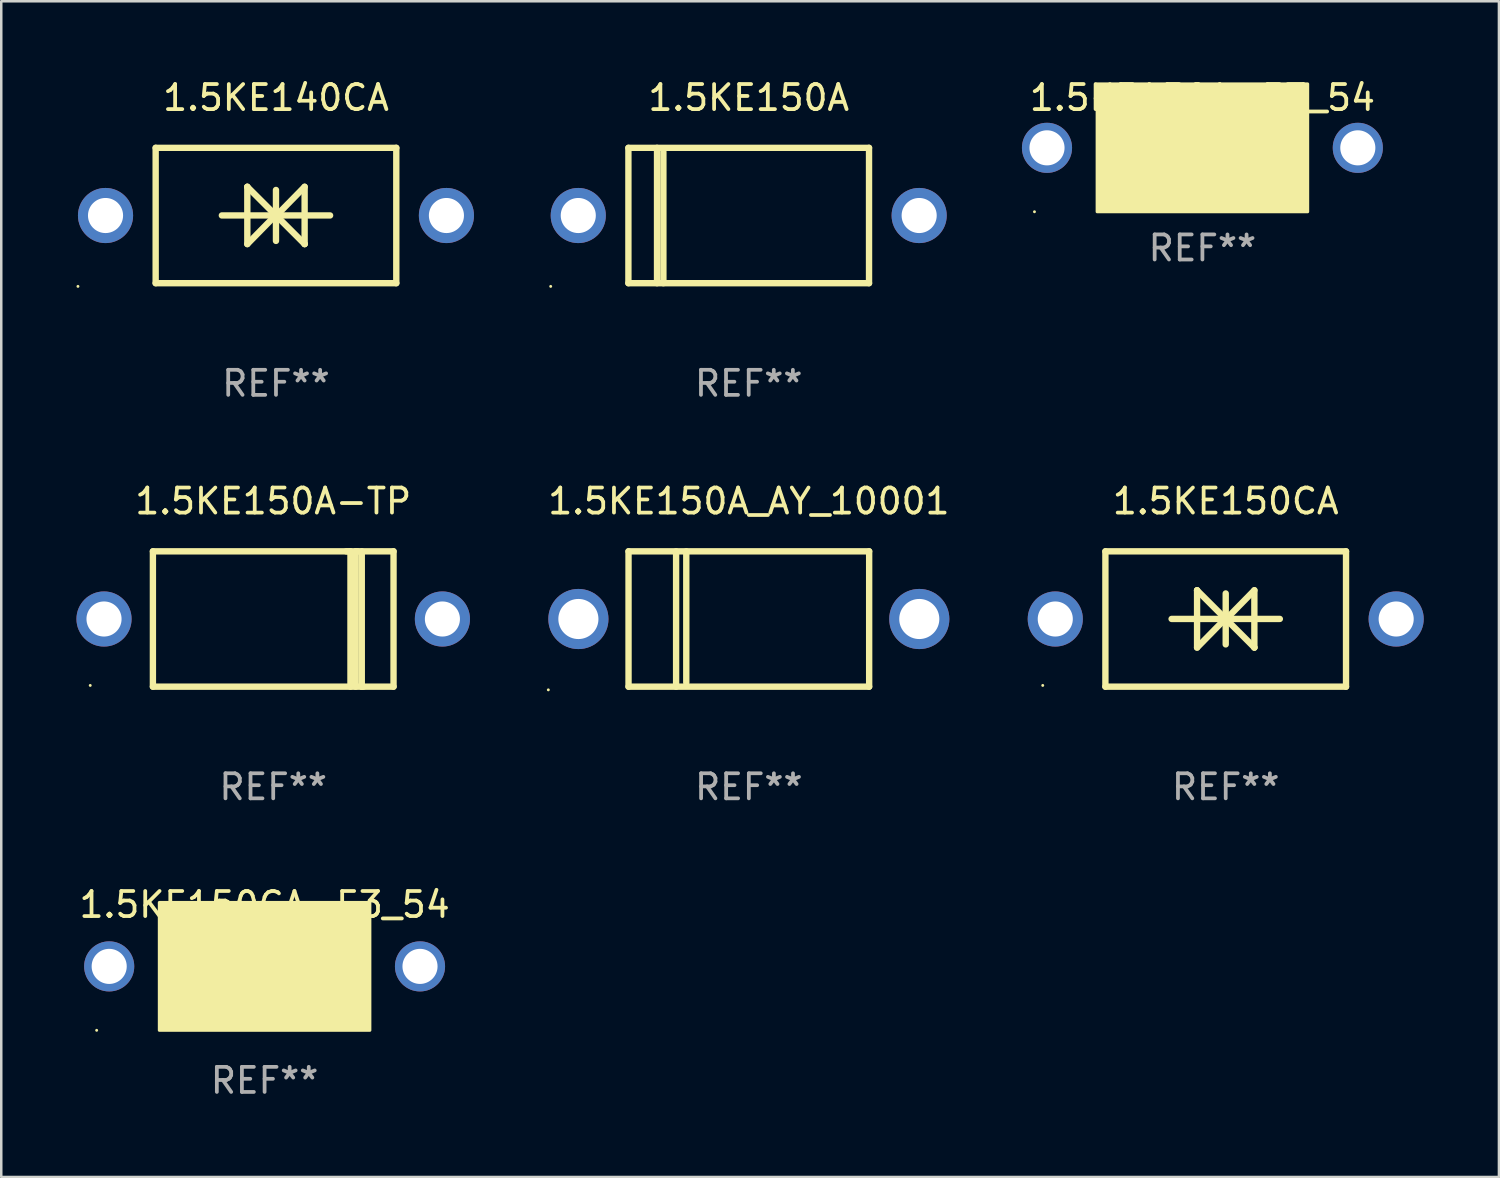
<source format=kicad_pcb>
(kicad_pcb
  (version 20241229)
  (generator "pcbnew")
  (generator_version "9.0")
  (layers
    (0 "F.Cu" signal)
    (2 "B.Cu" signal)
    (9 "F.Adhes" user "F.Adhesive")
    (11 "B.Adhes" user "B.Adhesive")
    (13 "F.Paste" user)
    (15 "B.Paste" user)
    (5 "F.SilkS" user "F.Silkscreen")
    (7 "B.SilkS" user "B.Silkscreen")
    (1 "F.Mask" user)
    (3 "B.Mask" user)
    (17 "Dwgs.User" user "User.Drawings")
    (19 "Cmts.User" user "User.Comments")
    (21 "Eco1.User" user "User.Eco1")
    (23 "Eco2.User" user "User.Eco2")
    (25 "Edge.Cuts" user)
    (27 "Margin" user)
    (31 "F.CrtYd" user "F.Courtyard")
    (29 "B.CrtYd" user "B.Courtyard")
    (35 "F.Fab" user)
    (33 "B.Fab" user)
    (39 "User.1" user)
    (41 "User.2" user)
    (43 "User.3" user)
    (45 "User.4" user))
  (footprint "1.5KE150A_AY_10001"
    (layer "F.Cu")
    (at 26.825 21.645)
    (property "Reference" "1.5KE150A_AY_10001" (at 0 -4.7 0) (layer "F.SilkS") (effects (font (size 1 1) (thickness 0.15))))
    (attr through_hole)
    (fp_line (start -4.8 -2.7) (end -4.8 2.7) (stroke (width 0.254) (type solid)) (layer "F.SilkS"))
    (fp_line (start -4.8 -2.7) (end 4.8 -2.7) (stroke (width 0.254) (type solid)) (layer "F.SilkS"))
    (fp_line (start -2.902 -2.7) (end -2.902 2.7) (stroke (width 0.254) (type solid)) (layer "F.SilkS"))
    (fp_line (start -2.496 -2.7) (end -2.496 2.54) (stroke (width 0.254) (type solid)) (layer "F.SilkS"))
    (fp_line (start 4.8 -2.7) (end 4.8 2.7) (stroke (width 0.254) (type solid)) (layer "F.SilkS"))
    (fp_line (start 4.8 2.7) (end -4.8 2.7) (stroke (width 0.254) (type solid)) (layer "F.SilkS"))
    (fp_circle (center -8 2.827) (end -7.97 2.827) (stroke (width 0.06) (type solid)) (fill no) (layer "F.SilkS"))
    (fp_text user "REF**" (at 0 6.7 0) (layer "F.Fab") (effects (font (size 1 1) (thickness 0.15))))
    (pad "1" thru_hole circle (at -6.8 0) (size 2.4 2.4) (drill 1.6) (layers "*.Cu" "*.Mask"))
    (pad "2" thru_hole circle (at 6.8 0) (size 2.4 2.4) (drill 1.6) (layers "*.Cu" "*.Mask")))
  (footprint "1.5KE150A-TP"
    (layer "F.Cu")
    (at 7.85 21.645)
    (property "Reference" "1.5KE150A-TP" (at 0 -4.7 0) (layer "F.SilkS") (effects (font (size 1 1) (thickness 0.15))))
    (attr through_hole)
    (fp_line (start -4.8 -2.7) (end -4.8 2.7) (stroke (width 0.254) (type solid)) (layer "F.SilkS"))
    (fp_line (start -4.8 -2.7) (end 4.8 -2.7) (stroke (width 0.254) (type solid)) (layer "F.SilkS"))
    (fp_line (start 2.912 -2.7) (end 3.082 -2.7) (stroke (width 0.254) (type solid)) (layer "F.SilkS"))
    (fp_line (start 3.082 -2.7) (end 3.082 2.7) (stroke (width 0.254) (type solid)) (layer "F.SilkS"))
    (fp_line (start 3.289 -2.7) (end 3.289 2.7) (stroke (width 0.254) (type solid)) (layer "F.SilkS"))
    (fp_line (start 3.381 -2.7) (end 3.289 -2.7) (stroke (width 0.254) (type solid)) (layer "F.SilkS"))
    (fp_line (start 3.533 2.7) (end 3.533 -2.7) (stroke (width 0.254) (type solid)) (layer "F.SilkS"))
    (fp_line (start 3.599 2.7) (end 3.533 2.7) (stroke (width 0.254) (type solid)) (layer "F.SilkS"))
    (fp_line (start 4.8 -2.7) (end 4.8 2.7) (stroke (width 0.254) (type solid)) (layer "F.SilkS"))
    (fp_line (start 4.8 2.7) (end -4.8 2.7) (stroke (width 0.254) (type solid)) (layer "F.SilkS"))
    (fp_circle (center -7.3 2.65) (end -7.27 2.65) (stroke (width 0.06) (type solid)) (fill no) (layer "F.SilkS"))
    (fp_text user "REF**" (at 0 6.7 0) (layer "F.Fab") (effects (font (size 1 1) (thickness 0.15))))
    (pad "1" thru_hole circle (at -6.75 0) (size 2.2 2.2) (drill 1.4) (layers "*.Cu" "*.Mask"))
    (pad "2" thru_hole circle (at 6.75 0) (size 2.2 2.2) (drill 1.4) (layers "*.Cu" "*.Mask")))
  (footprint "1.5KE150A"
    (layer "F.Cu")
    (at 26.82 5.548)
    (property "Reference" "1.5KE150A" (at 0 -4.7 0) (layer "F.SilkS") (effects (font (size 1 1) (thickness 0.15))))
    (attr through_hole)
    (fp_line (start -4.8 -2.7) (end 4.8 -2.7) (stroke (width 0.254) (type solid)) (layer "F.SilkS"))
    (fp_line (start -4.8 2.7) (end -4.8 -2.7) (stroke (width 0.254) (type solid)) (layer "F.SilkS"))
    (fp_line (start -3.658 2.7) (end -3.658 -2.7) (stroke (width 0.254) (type solid)) (layer "F.SilkS"))
    (fp_line (start -3.404 2.7) (end -3.404 -2.54) (stroke (width 0.254) (type solid)) (layer "F.SilkS"))
    (fp_line (start 4.8 2.7) (end -4.8 2.7) (stroke (width 0.254) (type solid)) (layer "F.SilkS"))
    (fp_line (start 4.8 2.7) (end 4.8 -2.7) (stroke (width 0.254) (type solid)) (layer "F.SilkS"))
    (fp_circle (center -7.9 2.827) (end -7.87 2.827) (stroke (width 0.06) (type solid)) (fill no) (layer "F.SilkS"))
    (fp_text user "REF**" (at 0 6.7 0) (layer "F.Fab") (effects (font (size 1 1) (thickness 0.15))))
    (pad "1" thru_hole circle (at -6.8 0) (size 2.2 2.2) (drill 1.4) (layers "*.Cu" "*.Mask"))
    (pad "2" thru_hole circle (at 6.8 0) (size 2.2 2.2) (drill 1.4) (layers "*.Cu" "*.Mask")))
  (footprint "1.5KE150CA-E3_54"
    (layer "F.Cu")
    (at 7.506 35.549)
    (property "Reference" "1.5KE150CA-E3_54" (at 0 -2.508 0) (layer "F.SilkS") (effects (font (size 1 1) (thickness 0.15))))
    (attr through_hole)
    (fp_line (start -1.498 0) (end 0.534 0) (stroke (width 0.254) (type solid)) (layer "F.SilkS"))
    (fp_line (start -0.99 -0.508) (end -0.99 0.508) (stroke (width 0.254) (type solid)) (layer "F.SilkS"))
    (fp_line (start -0.99 0.508) (end 0.026 0) (stroke (width 0.254) (type solid)) (layer "F.SilkS"))
    (fp_line (start 0.026 -0.508) (end 0.026 0.508) (stroke (width 0.254) (type solid)) (layer "F.SilkS"))
    (fp_line (start 0.026 0) (end -0.99 -0.508) (stroke (width 0.254) (type solid)) (layer "F.SilkS"))
    (fp_line (start 0.026 0) (end 0.026 -0.508) (stroke (width 0.254) (type solid)) (layer "F.SilkS"))
    (fp_line (start 0.038 0) (end 0.038 0.508) (stroke (width 0.254) (type solid)) (layer "F.SilkS"))
    (fp_line (start 0.038 0) (end 1.054 0.508) (stroke (width 0.254) (type solid)) (layer "F.SilkS"))
    (fp_line (start 0.038 0.508) (end 0.038 -0.508) (stroke (width 0.254) (type solid)) (layer "F.SilkS"))
    (fp_line (start 1.054 -0.508) (end 0.038 0) (stroke (width 0.254) (type solid)) (layer "F.SilkS"))
    (fp_line (start 1.054 0.508) (end 1.054 -0.508) (stroke (width 0.254) (type solid)) (layer "F.SilkS"))
    (fp_line (start 1.562 0) (end -0.47 0) (stroke (width 0.254) (type solid)) (layer "F.SilkS"))
    (fp_circle (center -6.7 2.505) (end -6.67 2.505) (stroke (width 0.06) (type solid)) (fill no) (layer "F.SilkS"))
    (fp_poly (pts (xy -4.2 -2.595) (xy 4.2 -2.595) (xy 4.2 2.505) (xy -4.2 2.505)) (stroke (width 0.12) (type solid)) (fill yes) (layer "F.SilkS"))
    (fp_text user "REF**" (at 0 4.508 0) (layer "F.Fab") (effects (font (size 1 1) (thickness 0.15))))
    (pad "1" thru_hole circle (at -6.2 -0.045) (size 2 2) (drill 1.4) (layers "*.Cu" "*.Mask"))
    (pad "2" thru_hole circle (at 6.2 -0.045) (size 2 2) (drill 1.4) (layers "*.Cu" "*.Mask")))
  (footprint "1.5KE150A-E3_54"
    (layer "F.Cu")
    (at 44.92 2.848)
    (property "Reference" "1.5KE150A-E3_54" (at 0 -2 0) (layer "F.SilkS") (effects (font (size 1 1) (thickness 0.15))))
    (attr through_hole)
    (fp_circle (center -6.7 2.55) (end -6.67 2.55) (stroke (width 0.06) (type solid)) (fill no) (layer "F.SilkS"))
    (fp_poly (pts (xy -4.2 -2.55) (xy 4.2 -2.55) (xy 4.2 2.55) (xy -4.2 2.55)) (stroke (width 0.12) (type solid)) (fill yes) (layer "F.SilkS"))
    (fp_text user "REF**" (at 0 4 0) (layer "F.Fab") (effects (font (size 1 1) (thickness 0.15))))
    (pad "1" thru_hole circle (at -6.2 0) (size 2 2) (drill 1.4) (layers "*.Cu" "*.Mask"))
    (pad "2" thru_hole circle (at 6.2 0) (size 2 2) (drill 1.4) (layers "*.Cu" "*.Mask")))
  (footprint "1.5KE150CA"
    (layer "F.Cu")
    (at 45.85 21.645)
    (property "Reference" "1.5KE150CA" (at 0 -4.7 0) (layer "F.SilkS") (effects (font (size 1 1) (thickness 0.15))))
    (attr through_hole)
    (fp_line (start -4.8 -2.7) (end -4.8 2.7) (stroke (width 0.254) (type solid)) (layer "F.SilkS"))
    (fp_line (start -4.8 -2.7) (end 4.8 -2.7) (stroke (width 0.254) (type solid)) (layer "F.SilkS"))
    (fp_line (start -2.159 -0.003) (end 2.159 -0.003) (stroke (width 0.254) (type solid)) (layer "F.SilkS"))
    (fp_line (start -1.143 -1.146) (end -1.143 1.14) (stroke (width 0.254) (type solid)) (layer "F.SilkS"))
    (fp_line (start -1.143 -1.143) (end -1.143 -1.146) (stroke (width 0.254) (type solid)) (layer "F.SilkS"))
    (fp_line (start 0 -1.019) (end 0 1.013) (stroke (width 0.254) (type solid)) (layer "F.SilkS"))
    (fp_line (start 0 -0.026) (end -1.143 1.14) (stroke (width 0.254) (type solid)) (layer "F.SilkS"))
    (fp_line (start 0 -0.006) (end 1.143 1.137) (stroke (width 0.254) (type solid)) (layer "F.SilkS"))
    (fp_line (start 0 0) (end -1.143 -1.143) (stroke (width 0.254) (type solid)) (layer "F.SilkS"))
    (fp_line (start 0 0.02) (end 1.143 -1.146) (stroke (width 0.254) (type solid)) (layer "F.SilkS"))
    (fp_line (start 1.143 1.137) (end 1.143 1.14) (stroke (width 0.254) (type solid)) (layer "F.SilkS"))
    (fp_line (start 1.143 1.14) (end 1.143 -1.146) (stroke (width 0.254) (type solid)) (layer "F.SilkS"))
    (fp_line (start 4.8 -2.7) (end 4.8 2.7) (stroke (width 0.254) (type solid)) (layer "F.SilkS"))
    (fp_line (start 4.8 2.7) (end -4.8 2.7) (stroke (width 0.254) (type solid)) (layer "F.SilkS"))
    (fp_circle (center -7.3 2.65) (end -7.27 2.65) (stroke (width 0.06) (type solid)) (fill no) (layer "F.SilkS"))
    (fp_text user "REF**" (at 0 6.7 0) (layer "F.Fab") (effects (font (size 1 1) (thickness 0.15))))
    (pad "1" thru_hole circle (at -6.8 0) (size 2.2 2.2) (drill 1.4) (layers "*.Cu" "*.Mask"))
    (pad "2" thru_hole circle (at 6.8 0) (size 2.2 2.2) (drill 1.4) (layers "*.Cu" "*.Mask")))
  (footprint "1.5KE140CA"
    (layer "F.Cu")
    (at 7.96 5.548)
    (property "Reference" "1.5KE140CA" (at 0 -4.7 0) (layer "F.SilkS") (effects (font (size 1 1) (thickness 0.15))))
    (attr through_hole)
    (fp_line (start -4.8 -2.7) (end -4.8 2.7) (stroke (width 0.254) (type solid)) (layer "F.SilkS"))
    (fp_line (start -4.8 -2.7) (end 4.8 -2.7) (stroke (width 0.254) (type solid)) (layer "F.SilkS"))
    (fp_line (start -2.159 -0.003) (end 2.159 -0.003) (stroke (width 0.254) (type solid)) (layer "F.SilkS"))
    (fp_line (start -1.143 -1.146) (end -1.143 1.14) (stroke (width 0.254) (type solid)) (layer "F.SilkS"))
    (fp_line (start -1.143 -1.143) (end -1.143 -1.146) (stroke (width 0.254) (type solid)) (layer "F.SilkS"))
    (fp_line (start 0 -1.019) (end 0 1.013) (stroke (width 0.254) (type solid)) (layer "F.SilkS"))
    (fp_line (start 0 -0.026) (end -1.143 1.14) (stroke (width 0.254) (type solid)) (layer "F.SilkS"))
    (fp_line (start 0 -0.006) (end 1.143 1.137) (stroke (width 0.254) (type solid)) (layer "F.SilkS"))
    (fp_line (start 0 0) (end -1.143 -1.143) (stroke (width 0.254) (type solid)) (layer "F.SilkS"))
    (fp_line (start 0 0.02) (end 1.143 -1.146) (stroke (width 0.254) (type solid)) (layer "F.SilkS"))
    (fp_line (start 1.143 1.137) (end 1.143 1.14) (stroke (width 0.254) (type solid)) (layer "F.SilkS"))
    (fp_line (start 1.143 1.14) (end 1.143 -1.146) (stroke (width 0.254) (type solid)) (layer "F.SilkS"))
    (fp_line (start 4.8 -2.7) (end 4.8 2.7) (stroke (width 0.254) (type solid)) (layer "F.SilkS"))
    (fp_line (start 4.8 2.7) (end -4.8 2.7) (stroke (width 0.254) (type solid)) (layer "F.SilkS"))
    (fp_circle (center -7.9 2.827) (end -7.87 2.827) (stroke (width 0.06) (type solid)) (fill no) (layer "F.SilkS"))
    (fp_text user "REF**" (at 0 6.7 0) (layer "F.Fab") (effects (font (size 1 1) (thickness 0.15))))
    (pad "1" thru_hole circle (at -6.8 0) (size 2.2 2.2) (drill 1.4) (layers "*.Cu" "*.Mask"))
    (pad "2" thru_hole circle (at 6.8 0) (size 2.2 2.2) (drill 1.4) (layers "*.Cu" "*.Mask")))
  (gr_rect
    (start -3 -3)
    (end 56.75 43.906)
    (stroke (width 0.1) (type default))
    (fill no)
    (layer "Edge.Cuts")))
</source>
